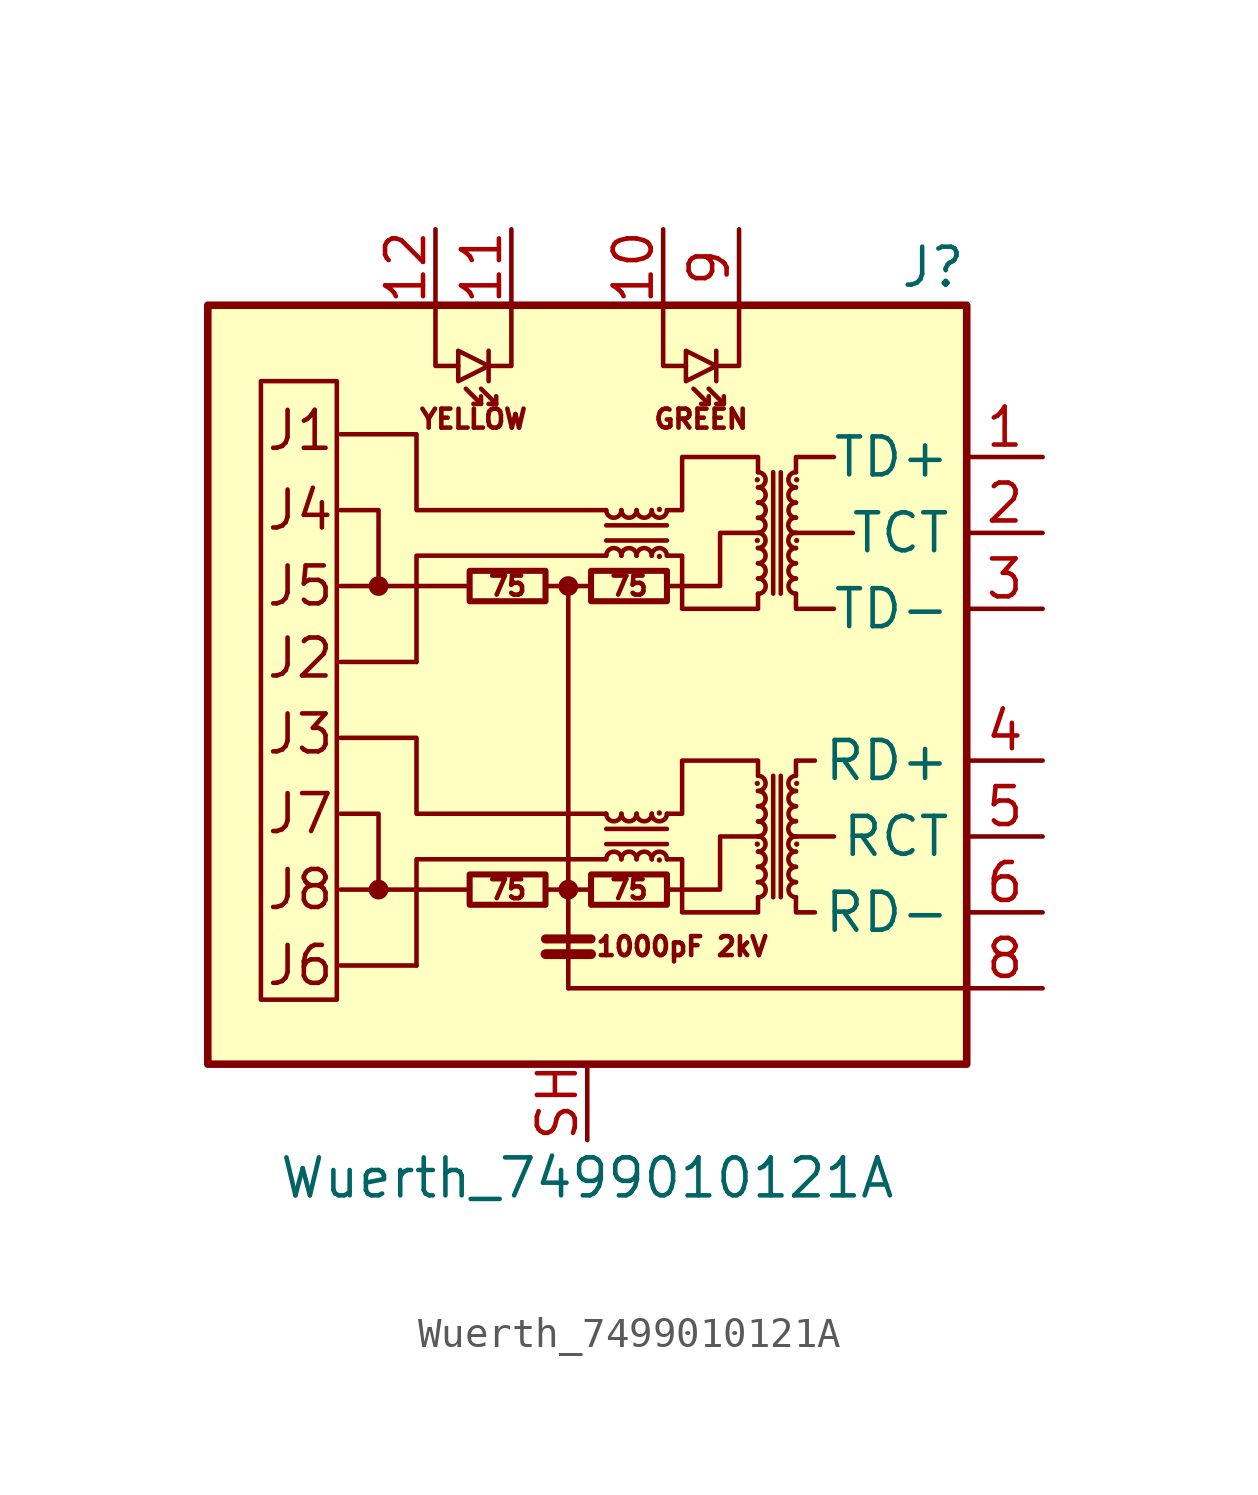
<source format=kicad_sym>
(kicad_symbol_lib
  (version 20220914)
  (generator kicad_symbol_editor)
  (symbol "Wuerth_7499010121A"
    (property "Reference" "J"
      (at 12.7 13.97 0)
      (effects (font (size 1.27 1.27)) (justify right)))
    (property "Value" "Wuerth_7499010121A"
      (at 0 -16.51 0)
      (effects (font (size 1.27 1.27))))
    (symbol "Wuerth_7499010121A_0_0"
      (rectangle (start -12.7 12.7) (end 12.7 -12.7) (stroke (width 0.254) (type default)) (fill (type background)))
      (polyline (pts (xy -3.937 -6.858) (xy -8.255 -6.858)) (stroke (width 0) (type default)) (fill (type none)))
      (polyline (pts (xy -3.937 3.302) (xy -8.255 3.302)) (stroke (width 0) (type default)) (fill (type none)))
      (polyline (pts (xy -0.635 -10.16) (xy 12.7 -10.16)) (stroke (width 0) (type default)) (fill (type none)))
      (polyline (pts (xy 8.255 -5.08) (xy 6.985 -5.08)) (stroke (width 0) (type default)) (fill (type none)))
      (polyline (pts (xy 8.89 5.08) (xy 6.985 5.08)) (stroke (width 0) (type default)) (fill (type none)))
      (polyline (pts (xy 0.635 -4.318) (xy -5.715 -4.318) (xy -5.715 -1.778) (xy -8.255 -1.778)) (stroke (width 0) (type default)) (fill (type none)))
      (polyline (pts (xy 0.635 5.842) (xy -5.715 5.842) (xy -5.715 8.382) (xy -8.255 8.382)) (stroke (width 0) (type default)) (fill (type none)))
      (polyline (pts (xy 2.667 -6.858) (xy 4.445 -6.858) (xy 4.445 -5.08) (xy 5.715 -5.08)) (stroke (width 0) (type default)) (fill (type none)))
      (polyline (pts (xy 2.667 3.302) (xy 4.445 3.302) (xy 4.445 5.08) (xy 5.715 5.08)) (stroke (width 0) (type default)) (fill (type none)))
      (text "1000pF 2kV" (at 3.175 -8.763 0) (effects (font (size 0.635 0.635))))
      (text "75" (at -2.667 -6.858 0) (effects (font (size 0.635 0.635))))
      (text "75" (at -2.667 3.302 0) (effects (font (size 0.635 0.635))))
      (text "75" (at 1.397 -6.858 0) (effects (font (size 0.635 0.635))))
      (text "75" (at 1.397 3.302 0) (effects (font (size 0.635 0.635))))
      (text "GREEN" (at 3.81 8.89 0) (effects (font (size 0.635 0.635))))
      (text "J1" (at -10.795 8.509 0) (effects (font (size 1.27 1.27)) (justify left)))
      (text "J2" (at -10.795 0.889 0) (effects (font (size 1.27 1.27)) (justify left)))
      (text "J3" (at -10.795 -1.651 0) (effects (font (size 1.27 1.27)) (justify left)))
      (text "J4" (at -10.795 5.842 0) (effects (font (size 1.27 1.27)) (justify left)))
      (text "J5" (at -10.795 3.302 0) (effects (font (size 1.27 1.27)) (justify left)))
      (text "J6" (at -10.795 -9.398 0) (effects (font (size 1.27 1.27)) (justify left)))
      (text "J7" (at -10.795 -4.318 0) (effects (font (size 1.27 1.27)) (justify left)))
      (text "J8" (at -10.795 -6.858 0) (effects (font (size 1.27 1.27)) (justify left)))
      (text "YELLOW" (at -3.81 8.89 0) (effects (font (size 0.635 0.635)))))
    (symbol "Wuerth_7499010121A_0_1"
      (rectangle (start -8.382 -10.541) (end -10.922 10.16) (stroke (width 0) (type default)) (fill (type none)))
      (circle (center -6.985 -6.858) (radius 0.254) (stroke (width 0) (type default)) (fill (type outline)))
      (circle (center -6.985 3.302) (radius 0.254) (stroke (width 0) (type default)) (fill (type outline)))
      (rectangle (start -3.937 -7.366) (end -1.397 -6.35) (stroke (width 0.203) (type default)) (fill (type none)))
      (rectangle (start -3.937 2.794) (end -1.397 3.81) (stroke (width 0.203) (type default)) (fill (type none)))
      (circle (center -0.635 -6.858) (radius 0.254) (stroke (width 0) (type default)) (fill (type outline)))
      (circle (center -0.635 3.302) (radius 0.254) (stroke (width 0) (type default)) (fill (type outline)))
      (polyline (pts (xy -5.715 -9.398) (xy -8.255 -9.398)) (stroke (width 0) (type default)) (fill (type none)))
      (polyline (pts (xy -5.715 0.762) (xy -8.255 0.762)) (stroke (width 0) (type default)) (fill (type none)))
      (polyline (pts (xy -3.556 9.398) (xy -4.064 9.906)) (stroke (width 0) (type default)) (fill (type none)))
      (polyline (pts (xy -3.302 11.176) (xy -3.302 10.16)) (stroke (width 0) (type default)) (fill (type none)))
      (polyline (pts (xy -3.048 9.398) (xy -3.556 9.906)) (stroke (width 0) (type default)) (fill (type none)))
      (polyline (pts (xy -1.397 -9.017) (xy 0.127 -9.017)) (stroke (width 0.33) (type default)) (fill (type none)))
      (polyline (pts (xy -1.397 -8.509) (xy 0.127 -8.509)) (stroke (width 0.305) (type default)) (fill (type none)))
      (polyline (pts (xy -0.635 3.302) (xy -1.397 3.302)) (stroke (width 0) (type default)) (fill (type none)))
      (polyline (pts (xy 0.127 -6.858) (xy -1.397 -6.858)) (stroke (width 0) (type default)) (fill (type none)))
      (polyline (pts (xy 0.635 -5.334) (xy 2.667 -5.334)) (stroke (width 0) (type default)) (fill (type none)))
      (polyline (pts (xy 0.635 4.826) (xy 2.667 4.826)) (stroke (width 0) (type default)) (fill (type none)))
      (polyline (pts (xy 2.667 -4.826) (xy 0.635 -4.826)) (stroke (width 0) (type default)) (fill (type none)))
      (polyline (pts (xy 2.667 5.334) (xy 0.635 5.334)) (stroke (width 0) (type default)) (fill (type none)))
      (polyline (pts (xy 4.064 9.398) (xy 3.556 9.906)) (stroke (width 0) (type default)) (fill (type none)))
      (polyline (pts (xy 4.318 11.176) (xy 4.318 10.16)) (stroke (width 0) (type default)) (fill (type none)))
      (polyline (pts (xy 4.572 9.398) (xy 4.064 9.906)) (stroke (width 0) (type default)) (fill (type none)))
      (polyline (pts (xy 6.223 -3.048) (xy 6.223 -7.112)) (stroke (width 0) (type default)) (fill (type none)))
      (polyline (pts (xy 6.223 7.112) (xy 6.223 3.048)) (stroke (width 0) (type default)) (fill (type none)))
      (polyline (pts (xy 6.477 -7.112) (xy 6.477 -3.048)) (stroke (width 0) (type default)) (fill (type none)))
      (polyline (pts (xy 6.477 3.048) (xy 6.477 7.112)) (stroke (width 0) (type default)) (fill (type none)))
      (polyline (pts (xy -6.985 -6.858) (xy -6.985 -4.318) (xy -8.255 -4.318)) (stroke (width 0) (type default)) (fill (type none)))
      (polyline (pts (xy -6.985 3.302) (xy -6.985 5.842) (xy -8.255 5.842)) (stroke (width 0) (type default)) (fill (type none)))
      (polyline (pts (xy -5.08 12.7) (xy -5.08 10.668) (xy -4.318 10.668)) (stroke (width 0) (type default)) (fill (type none)))
      (polyline (pts (xy -3.556 9.652) (xy -3.556 9.398) (xy -3.81 9.398)) (stroke (width 0) (type default)) (fill (type none)))
      (polyline (pts (xy -3.048 9.652) (xy -3.048 9.398) (xy -3.302 9.398)) (stroke (width 0) (type default)) (fill (type none)))
      (polyline (pts (xy -2.54 12.7) (xy -2.54 10.668) (xy -3.302 10.668)) (stroke (width 0) (type default)) (fill (type none)))
      (polyline (pts (xy -0.635 -10.16) (xy -0.635 3.302) (xy 0 3.302)) (stroke (width 0) (type default)) (fill (type none)))
      (polyline (pts (xy 0.635 -5.842) (xy -5.715 -5.842) (xy -5.715 -9.398)) (stroke (width 0) (type default)) (fill (type none)))
      (polyline (pts (xy 0.635 4.318) (xy -5.715 4.318) (xy -5.715 0.762)) (stroke (width 0) (type default)) (fill (type none)))
      (polyline (pts (xy 2.54 12.7) (xy 2.54 10.668) (xy 3.302 10.668)) (stroke (width 0) (type default)) (fill (type none)))
      (polyline (pts (xy 4.064 9.652) (xy 4.064 9.398) (xy 3.81 9.398)) (stroke (width 0) (type default)) (fill (type none)))
      (polyline (pts (xy 4.572 9.652) (xy 4.572 9.398) (xy 4.318 9.398)) (stroke (width 0) (type default)) (fill (type none)))
      (polyline (pts (xy 5.08 12.7) (xy 5.08 10.668) (xy 4.318 10.668)) (stroke (width 0) (type default)) (fill (type none)))
      (polyline (pts (xy 6.985 -7.112) (xy 6.985 -7.62) (xy 7.62 -7.62)) (stroke (width 0) (type default)) (fill (type none)))
      (polyline (pts (xy 6.985 -3.048) (xy 6.985 -2.54) (xy 7.62 -2.54)) (stroke (width 0) (type default)) (fill (type none)))
      (polyline (pts (xy 6.985 3.048) (xy 6.985 2.54) (xy 8.255 2.54)) (stroke (width 0) (type default)) (fill (type none)))
      (polyline (pts (xy 6.985 7.112) (xy 6.985 7.62) (xy 8.255 7.62)) (stroke (width 0) (type default)) (fill (type none)))
      (polyline (pts (xy -3.302 10.668) (xy -4.318 11.176) (xy -4.318 10.16) (xy -3.302 10.668)) (stroke (width 0) (type default)) (fill (type none)))
      (polyline (pts (xy 4.318 10.668) (xy 3.302 11.176) (xy 3.302 10.16) (xy 4.318 10.668)) (stroke (width 0) (type default)) (fill (type none)))
      (polyline (pts (xy 2.667 -4.318) (xy 3.175 -4.318) (xy 3.175 -2.54) (xy 5.715 -2.54) (xy 5.715 -3.048)) (stroke (width 0) (type default)) (fill (type none)))
      (polyline (pts (xy 2.667 5.842) (xy 3.175 5.842) (xy 3.175 7.62) (xy 5.715 7.62) (xy 5.715 7.112)) (stroke (width 0) (type default)) (fill (type none)))
      (polyline (pts (xy 5.715 -7.112) (xy 5.715 -7.62) (xy 3.175 -7.62) (xy 3.175 -5.842) (xy 2.667 -5.842)) (stroke (width 0) (type default)) (fill (type none)))
      (polyline (pts (xy 5.715 3.048) (xy 5.715 2.54) (xy 3.175 2.54) (xy 3.175 4.318) (xy 2.667 4.318)) (stroke (width 0) (type default)) (fill (type none)))
      (rectangle (start 0.127 -7.366) (end 2.667 -6.35) (stroke (width 0.203) (type default)) (fill (type none)))
      (rectangle (start 0.127 2.794) (end 2.667 3.81) (stroke (width 0.203) (type default)) (fill (type none)))
      (arc (start 0.635 -4.318) (mid 0.889 -4.5709) (end 1.143 -4.318) (stroke (width 0) (type default)) (fill (type none)))
      (arc (start 0.635 5.842) (mid 0.889 5.5891) (end 1.143 5.842) (stroke (width 0) (type default)) (fill (type none)))
      (arc (start 1.143 -5.842) (mid 0.889 -5.5891) (end 0.635 -5.842) (stroke (width 0) (type default)) (fill (type none)))
      (arc (start 1.143 -4.318) (mid 1.397 -4.5709) (end 1.651 -4.318) (stroke (width 0) (type default)) (fill (type none)))
      (arc (start 1.143 4.318) (mid 0.889 4.5709) (end 0.635 4.318) (stroke (width 0) (type default)) (fill (type none)))
      (arc (start 1.143 5.842) (mid 1.397 5.5891) (end 1.651 5.842) (stroke (width 0) (type default)) (fill (type none)))
      (arc (start 1.651 -5.842) (mid 1.397 -5.5891) (end 1.143 -5.842) (stroke (width 0) (type default)) (fill (type none)))
      (arc (start 1.651 -4.318) (mid 1.905 -4.5709) (end 2.159 -4.318) (stroke (width 0) (type default)) (fill (type none)))
      (arc (start 1.651 4.318) (mid 1.397 4.5709) (end 1.143 4.318) (stroke (width 0) (type default)) (fill (type none)))
      (arc (start 1.651 5.842) (mid 1.905 5.5891) (end 2.159 5.842) (stroke (width 0) (type default)) (fill (type none)))
      (arc (start 2.159 -5.842) (mid 1.905 -5.5891) (end 1.651 -5.842) (stroke (width 0) (type default)) (fill (type none)))
      (arc (start 2.159 -4.318) (mid 2.413 -4.5709) (end 2.667 -4.318) (stroke (width 0) (type default)) (fill (type none)))
      (arc (start 2.159 4.318) (mid 1.905 4.5709) (end 1.651 4.318) (stroke (width 0) (type default)) (fill (type none)))
      (arc (start 2.159 5.842) (mid 2.413 5.5891) (end 2.667 5.842) (stroke (width 0) (type default)) (fill (type none)))
      (circle (center 2.413 -5.867) (radius 0.076) (stroke (width 0.025) (type default)) (fill (type outline)))
      (circle (center 2.413 -4.293) (radius 0.076) (stroke (width 0.025) (type default)) (fill (type outline)))
      (circle (center 2.413 4.293) (radius 0.076) (stroke (width 0.025) (type default)) (fill (type outline)))
      (circle (center 2.413 5.867) (radius 0.076) (stroke (width 0.025) (type default)) (fill (type outline)))
      (arc (start 2.667 -5.842) (mid 2.413 -5.5891) (end 2.159 -5.842) (stroke (width 0) (type default)) (fill (type none)))
      (arc (start 2.667 4.318) (mid 2.413 4.5709) (end 2.159 4.318) (stroke (width 0) (type default)) (fill (type none)))
      (circle (center 5.69 -5.334) (radius 0.076) (stroke (width 0.025) (type default)) (fill (type outline)))
      (circle (center 5.69 -3.302) (radius 0.076) (stroke (width 0.025) (type default)) (fill (type outline)))
      (circle (center 5.69 4.826) (radius 0.076) (stroke (width 0.025) (type default)) (fill (type outline)))
      (circle (center 5.69 6.858) (radius 0.076) (stroke (width 0.025) (type default)) (fill (type outline)))
      (arc (start 5.715 -7.112) (mid 5.9679 -6.858) (end 5.715 -6.604) (stroke (width 0) (type default)) (fill (type none)))
      (arc (start 5.715 -6.604) (mid 5.9679 -6.35) (end 5.715 -6.096) (stroke (width 0) (type default)) (fill (type none)))
      (arc (start 5.715 -6.096) (mid 5.9679 -5.842) (end 5.715 -5.588) (stroke (width 0) (type default)) (fill (type none)))
      (arc (start 5.715 -5.588) (mid 5.9679 -5.334) (end 5.715 -5.08) (stroke (width 0) (type default)) (fill (type none)))
      (arc (start 5.715 -5.08) (mid 5.9679 -4.826) (end 5.715 -4.572) (stroke (width 0) (type default)) (fill (type none)))
      (arc (start 5.715 -4.572) (mid 5.9679 -4.318) (end 5.715 -4.064) (stroke (width 0) (type default)) (fill (type none)))
      (arc (start 5.715 -4.064) (mid 5.9679 -3.81) (end 5.715 -3.556) (stroke (width 0) (type default)) (fill (type none)))
      (arc (start 5.715 -3.556) (mid 5.9679 -3.302) (end 5.715 -3.048) (stroke (width 0) (type default)) (fill (type none)))
      (arc (start 5.715 3.048) (mid 5.9679 3.302) (end 5.715 3.556) (stroke (width 0) (type default)) (fill (type none)))
      (arc (start 5.715 3.556) (mid 5.9679 3.81) (end 5.715 4.064) (stroke (width 0) (type default)) (fill (type none)))
      (arc (start 5.715 4.064) (mid 5.9679 4.318) (end 5.715 4.572) (stroke (width 0) (type default)) (fill (type none)))
      (arc (start 5.715 4.572) (mid 5.9679 4.826) (end 5.715 5.08) (stroke (width 0) (type default)) (fill (type none)))
      (arc (start 5.715 5.08) (mid 5.9679 5.334) (end 5.715 5.588) (stroke (width 0) (type default)) (fill (type none)))
      (arc (start 5.715 5.588) (mid 5.9679 5.842) (end 5.715 6.096) (stroke (width 0) (type default)) (fill (type none)))
      (arc (start 5.715 6.096) (mid 5.9679 6.35) (end 5.715 6.604) (stroke (width 0) (type default)) (fill (type none)))
      (arc (start 5.715 6.604) (mid 5.9679 6.858) (end 5.715 7.112) (stroke (width 0) (type default)) (fill (type none)))
      (arc (start 6.985 -6.604) (mid 6.7321 -6.858) (end 6.985 -7.112) (stroke (width 0) (type default)) (fill (type none)))
      (arc (start 6.985 -6.096) (mid 6.7321 -6.35) (end 6.985 -6.604) (stroke (width 0) (type default)) (fill (type none)))
      (arc (start 6.985 -5.588) (mid 6.7321 -5.842) (end 6.985 -6.096) (stroke (width 0) (type default)) (fill (type none)))
      (arc (start 6.985 -5.08) (mid 6.7321 -5.334) (end 6.985 -5.588) (stroke (width 0) (type default)) (fill (type none)))
      (arc (start 6.985 -4.572) (mid 6.7321 -4.826) (end 6.985 -5.08) (stroke (width 0) (type default)) (fill (type none)))
      (arc (start 6.985 -4.064) (mid 6.7321 -4.318) (end 6.985 -4.572) (stroke (width 0) (type default)) (fill (type none)))
      (arc (start 6.985 -3.556) (mid 6.7321 -3.81) (end 6.985 -4.064) (stroke (width 0) (type default)) (fill (type none)))
      (arc (start 6.985 -3.048) (mid 6.7321 -3.302) (end 6.985 -3.556) (stroke (width 0) (type default)) (fill (type none)))
      (arc (start 6.985 3.556) (mid 6.7321 3.302) (end 6.985 3.048) (stroke (width 0) (type default)) (fill (type none)))
      (arc (start 6.985 4.064) (mid 6.7321 3.81) (end 6.985 3.556) (stroke (width 0) (type default)) (fill (type none)))
      (arc (start 6.985 4.572) (mid 6.7321 4.318) (end 6.985 4.064) (stroke (width 0) (type default)) (fill (type none)))
      (arc (start 6.985 5.08) (mid 6.7321 4.826) (end 6.985 4.572) (stroke (width 0) (type default)) (fill (type none)))
      (arc (start 6.985 5.588) (mid 6.7321 5.334) (end 6.985 5.08) (stroke (width 0) (type default)) (fill (type none)))
      (arc (start 6.985 6.096) (mid 6.7321 5.842) (end 6.985 5.588) (stroke (width 0) (type default)) (fill (type none)))
      (arc (start 6.985 6.604) (mid 6.7321 6.35) (end 6.985 6.096) (stroke (width 0) (type default)) (fill (type none)))
      (arc (start 6.985 7.112) (mid 6.7321 6.858) (end 6.985 6.604) (stroke (width 0) (type default)) (fill (type none)))
      (circle (center 7.01 -5.334) (radius 0.076) (stroke (width 0.025) (type default)) (fill (type outline)))
      (circle (center 7.01 -3.302) (radius 0.076) (stroke (width 0.025) (type default)) (fill (type outline)))
      (circle (center 7.01 4.826) (radius 0.076) (stroke (width 0.025) (type default)) (fill (type outline)))
      (circle (center 7.01 6.858) (radius 0.076) (stroke (width 0.025) (type default)) (fill (type outline))))
    (symbol "Wuerth_7499010121A_1_1"
      (pin passive line (at 15.24 7.62 180) (length 2.54) (name "TD+" (effects (font (size 1.27 1.27)))) (number "1" (effects (font (size 1.27 1.27)))))
      (pin passive line (at 2.54 15.24 270) (length 2.54) (name "~" (effects (font (size 1.27 1.27)))) (number "10" (effects (font (size 1.27 1.27)))))
      (pin passive line (at -2.54 15.24 270) (length 2.54) (name "~" (effects (font (size 1.27 1.27)))) (number "11" (effects (font (size 1.27 1.27)))))
      (pin passive line (at -5.08 15.24 270) (length 2.54) (name "~" (effects (font (size 1.27 1.27)))) (number "12" (effects (font (size 1.27 1.27)))))
      (pin passive line (at 15.24 5.08 180) (length 2.54) (name "TCT" (effects (font (size 1.27 1.27)))) (number "2" (effects (font (size 1.27 1.27)))))
      (pin passive line (at 15.24 2.54 180) (length 2.54) (name "TD-" (effects (font (size 1.27 1.27)))) (number "3" (effects (font (size 1.27 1.27)))))
      (pin passive line (at 15.24 -2.54 180) (length 2.54) (name "RD+" (effects (font (size 1.27 1.27)))) (number "4" (effects (font (size 1.27 1.27)))))
      (pin passive line (at 15.24 -5.08 180) (length 2.54) (name "RCT" (effects (font (size 1.27 1.27)))) (number "5" (effects (font (size 1.27 1.27)))))
      (pin passive line (at 15.24 -7.62 180) (length 2.54) (name "RD-" (effects (font (size 1.27 1.27)))) (number "6" (effects (font (size 1.27 1.27)))))
      (pin passive line (at 15.24 -10.16 180) (length 2.54) (name "~" (effects (font (size 1.27 1.27)))) (number "8" (effects (font (size 1.27 1.27)))))
      (pin passive line (at 5.08 15.24 270) (length 2.54) (name "~" (effects (font (size 1.27 1.27)))) (number "9" (effects (font (size 1.27 1.27)))))
      (pin passive line (at 0 -15.24 90) (length 2.54) (name "~" (effects (font (size 1.27 1.27)))) (number "SH" (effects (font (size 1.27 1.27))))))))
</source>
